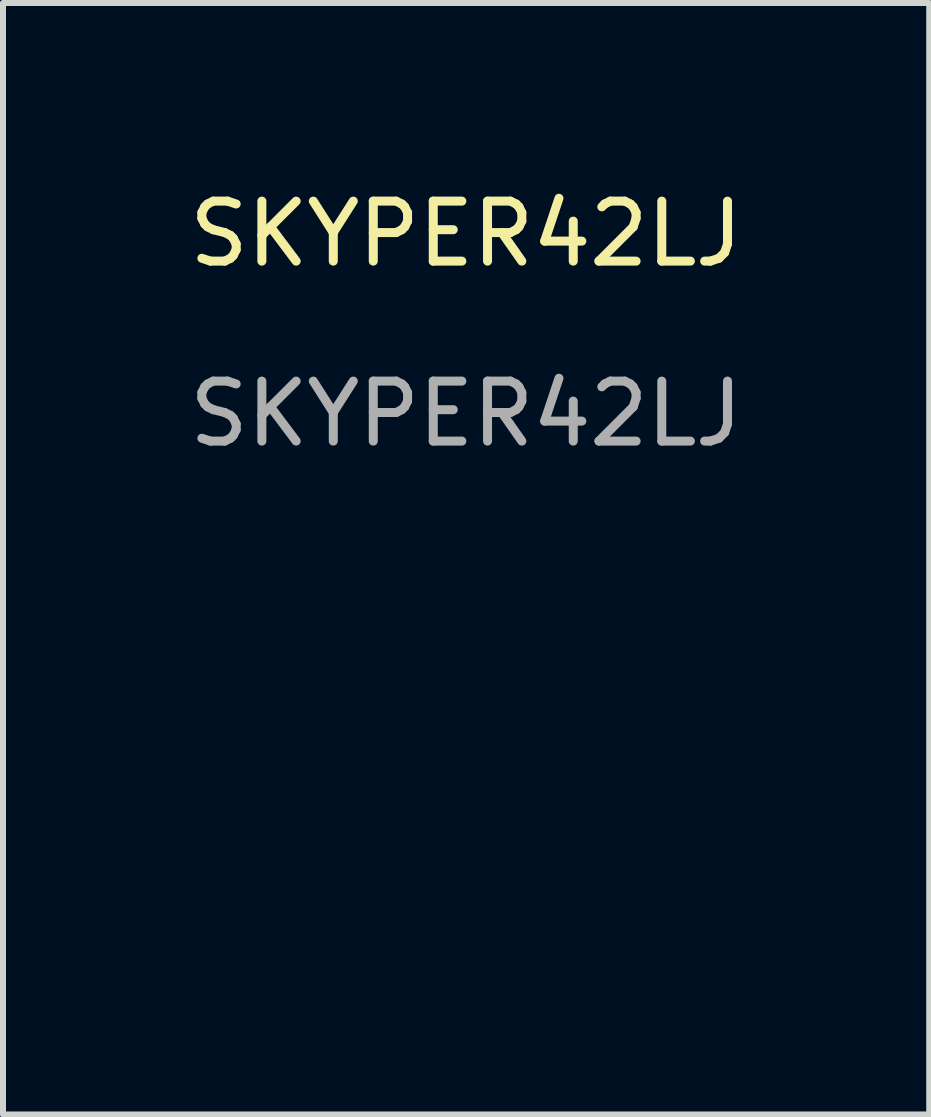
<source format=kicad_pcb>
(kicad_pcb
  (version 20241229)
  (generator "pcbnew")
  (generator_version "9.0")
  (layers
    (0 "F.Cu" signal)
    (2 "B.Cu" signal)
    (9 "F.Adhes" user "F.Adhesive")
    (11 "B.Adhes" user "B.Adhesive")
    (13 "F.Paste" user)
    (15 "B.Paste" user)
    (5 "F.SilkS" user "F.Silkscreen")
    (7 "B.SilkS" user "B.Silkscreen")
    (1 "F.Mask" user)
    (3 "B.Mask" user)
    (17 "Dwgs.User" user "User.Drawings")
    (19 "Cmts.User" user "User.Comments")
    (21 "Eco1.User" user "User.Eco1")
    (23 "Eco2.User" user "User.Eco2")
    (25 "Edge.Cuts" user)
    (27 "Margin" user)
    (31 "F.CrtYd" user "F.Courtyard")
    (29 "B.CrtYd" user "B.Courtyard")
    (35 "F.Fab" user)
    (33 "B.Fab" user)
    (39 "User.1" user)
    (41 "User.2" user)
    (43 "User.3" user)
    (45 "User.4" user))
  (footprint "SKYPER42LJ"
    (layer "F.Cu")
    (at 4.72 12.278)
    (property "Reference" "SKYPER42LJ" (at 0 -11.43 0) (unlocked yes) (layer "F.SilkS") (effects (font (size 1 1) (thickness 0.15))))
    (attr through_hole)
    (fp_text user "${REFERENCE}" (at 0 -8.43 0) (unlocked yes) (layer "F.Fab") (effects (font (size 1 1) (thickness 0.15)))))
  (gr_rect
    (start -3 -3)
    (end 12.44 15.528)
    (stroke (width 0.1) (type default))
    (fill no)
    (layer "Edge.Cuts")))
</source>
